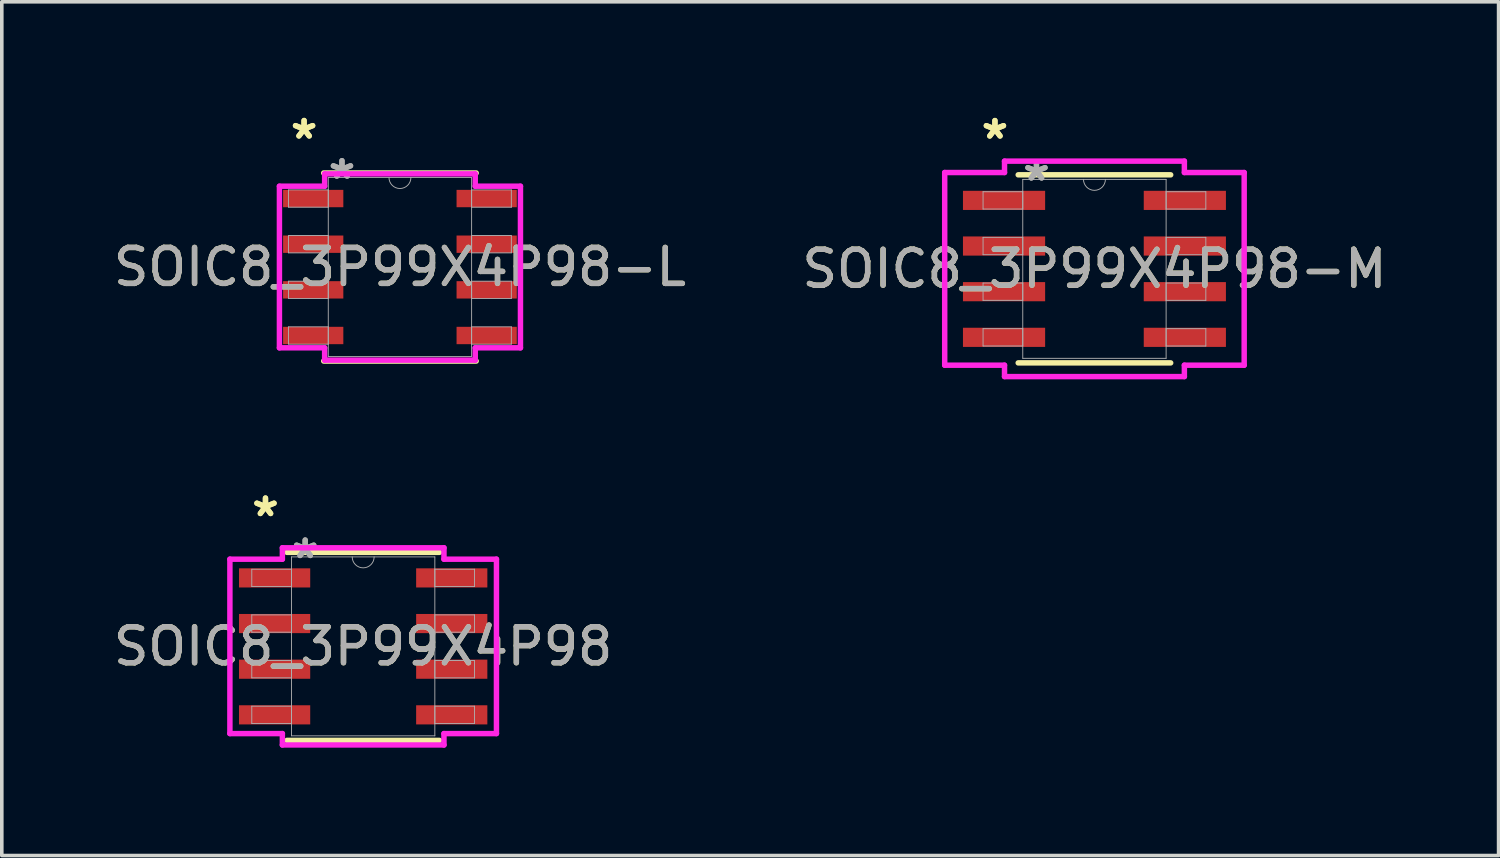
<source format=kicad_pcb>
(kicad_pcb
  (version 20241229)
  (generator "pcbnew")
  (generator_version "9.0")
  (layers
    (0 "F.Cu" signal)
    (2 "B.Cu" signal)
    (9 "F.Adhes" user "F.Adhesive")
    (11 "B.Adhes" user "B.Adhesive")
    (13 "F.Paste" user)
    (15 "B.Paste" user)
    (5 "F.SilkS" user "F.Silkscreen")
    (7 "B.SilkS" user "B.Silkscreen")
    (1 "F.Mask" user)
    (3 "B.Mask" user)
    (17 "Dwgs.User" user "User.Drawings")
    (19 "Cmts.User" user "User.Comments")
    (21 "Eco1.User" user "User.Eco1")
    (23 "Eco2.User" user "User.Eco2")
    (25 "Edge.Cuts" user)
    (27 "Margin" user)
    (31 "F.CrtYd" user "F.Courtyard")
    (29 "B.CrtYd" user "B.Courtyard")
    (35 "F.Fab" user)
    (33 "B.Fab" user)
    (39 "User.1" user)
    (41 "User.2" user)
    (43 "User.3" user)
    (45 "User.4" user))
  (footprint "SOIC8_3P99X4P98-M"
    (layer "F.Cu")
    (at 27.399 4.43)
    (property "Reference" "SOIC8_3P99X4P98-M" (at 0 0 0) (unlocked yes) (layer "F.SilkS") (effects (font (size 1 1) (thickness 0.15))))
    (attr smd)
    (fp_line (start -2.121 2.616) (end 2.121 2.616) (stroke (width 0.152) (type solid)) (layer "F.SilkS"))
    (fp_line (start 2.121 -2.616) (end -2.121 -2.616) (stroke (width 0.152) (type solid)) (layer "F.SilkS"))
    (fp_line (start -4.166 -2.68) (end -2.502 -2.68) (stroke (width 0.152) (type solid)) (layer "F.CrtYd"))
    (fp_line (start -4.166 2.68) (end -4.166 -2.68) (stroke (width 0.152) (type solid)) (layer "F.CrtYd"))
    (fp_line (start -4.166 2.68) (end -2.502 2.68) (stroke (width 0.152) (type solid)) (layer "F.CrtYd"))
    (fp_line (start -2.502 -2.997) (end 2.502 -2.997) (stroke (width 0.152) (type solid)) (layer "F.CrtYd"))
    (fp_line (start -2.502 -2.68) (end -2.502 -2.997) (stroke (width 0.152) (type solid)) (layer "F.CrtYd"))
    (fp_line (start -2.502 2.997) (end -2.502 2.68) (stroke (width 0.152) (type solid)) (layer "F.CrtYd"))
    (fp_line (start 2.502 -2.997) (end 2.502 -2.68) (stroke (width 0.152) (type solid)) (layer "F.CrtYd"))
    (fp_line (start 2.502 2.68) (end 2.502 2.997) (stroke (width 0.152) (type solid)) (layer "F.CrtYd"))
    (fp_line (start 2.502 2.997) (end -2.502 2.997) (stroke (width 0.152) (type solid)) (layer "F.CrtYd"))
    (fp_line (start 4.166 -2.68) (end 2.502 -2.68) (stroke (width 0.152) (type solid)) (layer "F.CrtYd"))
    (fp_line (start 4.166 -2.68) (end 4.166 2.68) (stroke (width 0.152) (type solid)) (layer "F.CrtYd"))
    (fp_line (start 4.166 2.68) (end 2.502 2.68) (stroke (width 0.152) (type solid)) (layer "F.CrtYd"))
    (fp_line (start -3.099 -2.146) (end -3.099 -1.664) (stroke (width 0.025) (type solid)) (layer "F.Fab"))
    (fp_line (start -3.099 -1.664) (end -1.994 -1.664) (stroke (width 0.025) (type solid)) (layer "F.Fab"))
    (fp_line (start -3.099 -0.876) (end -3.099 -0.394) (stroke (width 0.025) (type solid)) (layer "F.Fab"))
    (fp_line (start -3.099 -0.394) (end -1.994 -0.394) (stroke (width 0.025) (type solid)) (layer "F.Fab"))
    (fp_line (start -3.099 0.394) (end -3.099 0.876) (stroke (width 0.025) (type solid)) (layer "F.Fab"))
    (fp_line (start -3.099 0.876) (end -1.994 0.876) (stroke (width 0.025) (type solid)) (layer "F.Fab"))
    (fp_line (start -3.099 1.664) (end -3.099 2.146) (stroke (width 0.025) (type solid)) (layer "F.Fab"))
    (fp_line (start -3.099 2.146) (end -1.994 2.146) (stroke (width 0.025) (type solid)) (layer "F.Fab"))
    (fp_line (start -1.994 -2.489) (end -1.994 2.489) (stroke (width 0.025) (type solid)) (layer "F.Fab"))
    (fp_line (start -1.994 -2.146) (end -3.099 -2.146) (stroke (width 0.025) (type solid)) (layer "F.Fab"))
    (fp_line (start -1.994 -1.664) (end -1.994 -2.146) (stroke (width 0.025) (type solid)) (layer "F.Fab"))
    (fp_line (start -1.994 -0.876) (end -3.099 -0.876) (stroke (width 0.025) (type solid)) (layer "F.Fab"))
    (fp_line (start -1.994 -0.394) (end -1.994 -0.876) (stroke (width 0.025) (type solid)) (layer "F.Fab"))
    (fp_line (start -1.994 0.394) (end -3.099 0.394) (stroke (width 0.025) (type solid)) (layer "F.Fab"))
    (fp_line (start -1.994 0.876) (end -1.994 0.394) (stroke (width 0.025) (type solid)) (layer "F.Fab"))
    (fp_line (start -1.994 1.664) (end -3.099 1.664) (stroke (width 0.025) (type solid)) (layer "F.Fab"))
    (fp_line (start -1.994 2.146) (end -1.994 1.664) (stroke (width 0.025) (type solid)) (layer "F.Fab"))
    (fp_line (start -1.994 2.489) (end 1.994 2.489) (stroke (width 0.025) (type solid)) (layer "F.Fab"))
    (fp_line (start 1.994 -2.489) (end -1.994 -2.489) (stroke (width 0.025) (type solid)) (layer "F.Fab"))
    (fp_line (start 1.994 -2.146) (end 1.994 -1.664) (stroke (width 0.025) (type solid)) (layer "F.Fab"))
    (fp_line (start 1.994 -1.664) (end 3.099 -1.664) (stroke (width 0.025) (type solid)) (layer "F.Fab"))
    (fp_line (start 1.994 -0.876) (end 1.994 -0.394) (stroke (width 0.025) (type solid)) (layer "F.Fab"))
    (fp_line (start 1.994 -0.394) (end 3.099 -0.394) (stroke (width 0.025) (type solid)) (layer "F.Fab"))
    (fp_line (start 1.994 0.394) (end 1.994 0.876) (stroke (width 0.025) (type solid)) (layer "F.Fab"))
    (fp_line (start 1.994 0.876) (end 3.099 0.876) (stroke (width 0.025) (type solid)) (layer "F.Fab"))
    (fp_line (start 1.994 1.664) (end 1.994 2.146) (stroke (width 0.025) (type solid)) (layer "F.Fab"))
    (fp_line (start 1.994 2.146) (end 3.099 2.146) (stroke (width 0.025) (type solid)) (layer "F.Fab"))
    (fp_line (start 1.994 2.489) (end 1.994 -2.489) (stroke (width 0.025) (type solid)) (layer "F.Fab"))
    (fp_line (start 3.099 -2.146) (end 1.994 -2.146) (stroke (width 0.025) (type solid)) (layer "F.Fab"))
    (fp_line (start 3.099 -1.664) (end 3.099 -2.146) (stroke (width 0.025) (type solid)) (layer "F.Fab"))
    (fp_line (start 3.099 -0.876) (end 1.994 -0.876) (stroke (width 0.025) (type solid)) (layer "F.Fab"))
    (fp_line (start 3.099 -0.394) (end 3.099 -0.876) (stroke (width 0.025) (type solid)) (layer "F.Fab"))
    (fp_line (start 3.099 0.394) (end 1.994 0.394) (stroke (width 0.025) (type solid)) (layer "F.Fab"))
    (fp_line (start 3.099 0.876) (end 3.099 0.394) (stroke (width 0.025) (type solid)) (layer "F.Fab"))
    (fp_line (start 3.099 1.664) (end 1.994 1.664) (stroke (width 0.025) (type solid)) (layer "F.Fab"))
    (fp_line (start 3.099 2.146) (end 3.099 1.664) (stroke (width 0.025) (type solid)) (layer "F.Fab"))
    (fp_arc (start 0.3048 -2.4892) (mid 0 -2.1844) (end -0.3048 -2.4892) (stroke (width 0.0254) (type solid)) (layer "F.Fab"))
    (fp_text user "*" (at -2.769 -3.581 0) (layer "F.SilkS") (effects (font (size 1 1) (thickness 0.15))))
    (fp_text user "*" (at -2.769 -3.581 0) (unlocked yes) (layer "F.SilkS") (effects (font (size 1 1) (thickness 0.15))))
    (fp_text user "*" (at -1.613 -2.413 0) (layer "F.Fab") (effects (font (size 1 1) (thickness 0.15))))
    (fp_text user "${REFERENCE}" (at 0 0 0) (unlocked yes) (layer "F.Fab") (effects (font (size 1 1) (thickness 0.15))))
    (fp_text user "*" (at -1.613 -2.413 0) (unlocked yes) (layer "F.Fab") (effects (font (size 1 1) (thickness 0.15))))
    (pad "1" smd rect (at -2.515 -1.905) (size 2.286 0.533) (layers "F.Cu" "F.Mask" "F.Paste"))
    (pad "2" smd rect (at -2.515 -0.635) (size 2.286 0.533) (layers "F.Cu" "F.Mask" "F.Paste"))
    (pad "3" smd rect (at -2.515 0.635) (size 2.286 0.533) (layers "F.Cu" "F.Mask" "F.Paste"))
    (pad "4" smd rect (at -2.515 1.905) (size 2.286 0.533) (layers "F.Cu" "F.Mask" "F.Paste"))
    (pad "5" smd rect (at 2.515 1.905) (size 2.286 0.533) (layers "F.Cu" "F.Mask" "F.Paste"))
    (pad "6" smd rect (at 2.515 0.635) (size 2.286 0.533) (layers "F.Cu" "F.Mask" "F.Paste"))
    (pad "7" smd rect (at 2.515 -0.635) (size 2.286 0.533) (layers "F.Cu" "F.Mask" "F.Paste"))
    (pad "8" smd rect (at 2.515 -1.905) (size 2.286 0.533) (layers "F.Cu" "F.Mask" "F.Paste")))
  (footprint "SOIC8_3P99X4P98-L"
    (layer "F.Cu")
    (at 8.077 4.379)
    (property "Reference" "SOIC8_3P99X4P98-L" (at 0 0 0) (unlocked yes) (layer "F.SilkS") (effects (font (size 1 1) (thickness 0.15))))
    (attr smd)
    (fp_line (start -2.121 2.616) (end 2.121 2.616) (stroke (width 0.152) (type solid)) (layer "F.SilkS"))
    (fp_line (start 2.121 -2.616) (end -2.121 -2.616) (stroke (width 0.152) (type solid)) (layer "F.SilkS"))
    (fp_line (start -3.353 -2.248) (end -2.095 -2.248) (stroke (width 0.152) (type solid)) (layer "F.CrtYd"))
    (fp_line (start -3.353 2.248) (end -3.353 -2.248) (stroke (width 0.152) (type solid)) (layer "F.CrtYd"))
    (fp_line (start -3.353 2.248) (end -2.095 2.248) (stroke (width 0.152) (type solid)) (layer "F.CrtYd"))
    (fp_line (start -2.095 -2.591) (end 2.095 -2.591) (stroke (width 0.152) (type solid)) (layer "F.CrtYd"))
    (fp_line (start -2.095 -2.248) (end -2.095 -2.591) (stroke (width 0.152) (type solid)) (layer "F.CrtYd"))
    (fp_line (start -2.095 2.591) (end -2.095 2.248) (stroke (width 0.152) (type solid)) (layer "F.CrtYd"))
    (fp_line (start 2.095 -2.591) (end 2.095 -2.248) (stroke (width 0.152) (type solid)) (layer "F.CrtYd"))
    (fp_line (start 2.095 2.248) (end 2.095 2.591) (stroke (width 0.152) (type solid)) (layer "F.CrtYd"))
    (fp_line (start 2.095 2.591) (end -2.095 2.591) (stroke (width 0.152) (type solid)) (layer "F.CrtYd"))
    (fp_line (start 3.353 -2.248) (end 2.095 -2.248) (stroke (width 0.152) (type solid)) (layer "F.CrtYd"))
    (fp_line (start 3.353 -2.248) (end 3.353 2.248) (stroke (width 0.152) (type solid)) (layer "F.CrtYd"))
    (fp_line (start 3.353 2.248) (end 2.095 2.248) (stroke (width 0.152) (type solid)) (layer "F.CrtYd"))
    (fp_line (start -3.099 -2.146) (end -3.099 -1.664) (stroke (width 0.025) (type solid)) (layer "F.Fab"))
    (fp_line (start -3.099 -1.664) (end -1.994 -1.664) (stroke (width 0.025) (type solid)) (layer "F.Fab"))
    (fp_line (start -3.099 -0.876) (end -3.099 -0.394) (stroke (width 0.025) (type solid)) (layer "F.Fab"))
    (fp_line (start -3.099 -0.394) (end -1.994 -0.394) (stroke (width 0.025) (type solid)) (layer "F.Fab"))
    (fp_line (start -3.099 0.394) (end -3.099 0.876) (stroke (width 0.025) (type solid)) (layer "F.Fab"))
    (fp_line (start -3.099 0.876) (end -1.994 0.876) (stroke (width 0.025) (type solid)) (layer "F.Fab"))
    (fp_line (start -3.099 1.664) (end -3.099 2.146) (stroke (width 0.025) (type solid)) (layer "F.Fab"))
    (fp_line (start -3.099 2.146) (end -1.994 2.146) (stroke (width 0.025) (type solid)) (layer "F.Fab"))
    (fp_line (start -1.994 -2.489) (end -1.994 2.489) (stroke (width 0.025) (type solid)) (layer "F.Fab"))
    (fp_line (start -1.994 -2.146) (end -3.099 -2.146) (stroke (width 0.025) (type solid)) (layer "F.Fab"))
    (fp_line (start -1.994 -1.664) (end -1.994 -2.146) (stroke (width 0.025) (type solid)) (layer "F.Fab"))
    (fp_line (start -1.994 -0.876) (end -3.099 -0.876) (stroke (width 0.025) (type solid)) (layer "F.Fab"))
    (fp_line (start -1.994 -0.394) (end -1.994 -0.876) (stroke (width 0.025) (type solid)) (layer "F.Fab"))
    (fp_line (start -1.994 0.394) (end -3.099 0.394) (stroke (width 0.025) (type solid)) (layer "F.Fab"))
    (fp_line (start -1.994 0.876) (end -1.994 0.394) (stroke (width 0.025) (type solid)) (layer "F.Fab"))
    (fp_line (start -1.994 1.664) (end -3.099 1.664) (stroke (width 0.025) (type solid)) (layer "F.Fab"))
    (fp_line (start -1.994 2.146) (end -1.994 1.664) (stroke (width 0.025) (type solid)) (layer "F.Fab"))
    (fp_line (start -1.994 2.489) (end 1.994 2.489) (stroke (width 0.025) (type solid)) (layer "F.Fab"))
    (fp_line (start 1.994 -2.489) (end -1.994 -2.489) (stroke (width 0.025) (type solid)) (layer "F.Fab"))
    (fp_line (start 1.994 -2.146) (end 1.994 -1.664) (stroke (width 0.025) (type solid)) (layer "F.Fab"))
    (fp_line (start 1.994 -1.664) (end 3.099 -1.664) (stroke (width 0.025) (type solid)) (layer "F.Fab"))
    (fp_line (start 1.994 -0.876) (end 1.994 -0.394) (stroke (width 0.025) (type solid)) (layer "F.Fab"))
    (fp_line (start 1.994 -0.394) (end 3.099 -0.394) (stroke (width 0.025) (type solid)) (layer "F.Fab"))
    (fp_line (start 1.994 0.394) (end 1.994 0.876) (stroke (width 0.025) (type solid)) (layer "F.Fab"))
    (fp_line (start 1.994 0.876) (end 3.099 0.876) (stroke (width 0.025) (type solid)) (layer "F.Fab"))
    (fp_line (start 1.994 1.664) (end 1.994 2.146) (stroke (width 0.025) (type solid)) (layer "F.Fab"))
    (fp_line (start 1.994 2.146) (end 3.099 2.146) (stroke (width 0.025) (type solid)) (layer "F.Fab"))
    (fp_line (start 1.994 2.489) (end 1.994 -2.489) (stroke (width 0.025) (type solid)) (layer "F.Fab"))
    (fp_line (start 3.099 -2.146) (end 1.994 -2.146) (stroke (width 0.025) (type solid)) (layer "F.Fab"))
    (fp_line (start 3.099 -1.664) (end 3.099 -2.146) (stroke (width 0.025) (type solid)) (layer "F.Fab"))
    (fp_line (start 3.099 -0.876) (end 1.994 -0.876) (stroke (width 0.025) (type solid)) (layer "F.Fab"))
    (fp_line (start 3.099 -0.394) (end 3.099 -0.876) (stroke (width 0.025) (type solid)) (layer "F.Fab"))
    (fp_line (start 3.099 0.394) (end 1.994 0.394) (stroke (width 0.025) (type solid)) (layer "F.Fab"))
    (fp_line (start 3.099 0.876) (end 3.099 0.394) (stroke (width 0.025) (type solid)) (layer "F.Fab"))
    (fp_line (start 3.099 1.664) (end 1.994 1.664) (stroke (width 0.025) (type solid)) (layer "F.Fab"))
    (fp_line (start 3.099 2.146) (end 3.099 1.664) (stroke (width 0.025) (type solid)) (layer "F.Fab"))
    (fp_arc (start 0.3048 -2.4892) (mid 0 -2.1844) (end -0.3048 -2.4892) (stroke (width 0.0254) (type solid)) (layer "F.Fab"))
    (fp_text user "*" (at -2.667 -3.531 0) (layer "F.SilkS") (effects (font (size 1 1) (thickness 0.15))))
    (fp_text user "*" (at -2.667 -3.531 0) (unlocked yes) (layer "F.SilkS") (effects (font (size 1 1) (thickness 0.15))))
    (fp_text user "*" (at -1.613 -2.413 0) (unlocked yes) (layer "F.Fab") (effects (font (size 1 1) (thickness 0.15))))
    (fp_text user "${REFERENCE}" (at 0 0 0) (unlocked yes) (layer "F.Fab") (effects (font (size 1 1) (thickness 0.15))))
    (fp_text user "*" (at -1.613 -2.413 0) (layer "F.Fab") (effects (font (size 1 1) (thickness 0.15))))
    (pad "1" smd rect (at -2.413 -1.905) (size 1.676 0.483) (layers "F.Cu" "F.Mask" "F.Paste"))
    (pad "2" smd rect (at -2.413 -0.635) (size 1.676 0.483) (layers "F.Cu" "F.Mask" "F.Paste"))
    (pad "3" smd rect (at -2.413 0.635) (size 1.676 0.483) (layers "F.Cu" "F.Mask" "F.Paste"))
    (pad "4" smd rect (at -2.413 1.905) (size 1.676 0.483) (layers "F.Cu" "F.Mask" "F.Paste"))
    (pad "5" smd rect (at 2.413 1.905) (size 1.676 0.483) (layers "F.Cu" "F.Mask" "F.Paste"))
    (pad "6" smd rect (at 2.413 0.635) (size 1.676 0.483) (layers "F.Cu" "F.Mask" "F.Paste"))
    (pad "7" smd rect (at 2.413 -0.635) (size 1.676 0.483) (layers "F.Cu" "F.Mask" "F.Paste"))
    (pad "8" smd rect (at 2.413 -1.905) (size 1.676 0.483) (layers "F.Cu" "F.Mask" "F.Paste")))
  (footprint "SOIC8_3P99X4P98"
    (layer "F.Cu")
    (at 7.054 14.933)
    (property "Reference" "SOIC8_3P99X4P98" (at 0 0 0) (unlocked yes) (layer "F.SilkS") (effects (font (size 1 1) (thickness 0.15))))
    (attr smd)
    (fp_line (start -2.121 2.616) (end 2.121 2.616) (stroke (width 0.152) (type solid)) (layer "F.SilkS"))
    (fp_line (start 2.121 -2.616) (end -2.121 -2.616) (stroke (width 0.152) (type solid)) (layer "F.SilkS"))
    (fp_line (start -3.708 -2.426) (end -2.248 -2.426) (stroke (width 0.152) (type solid)) (layer "F.CrtYd"))
    (fp_line (start -3.708 2.426) (end -3.708 -2.426) (stroke (width 0.152) (type solid)) (layer "F.CrtYd"))
    (fp_line (start -3.708 2.426) (end -2.248 2.426) (stroke (width 0.152) (type solid)) (layer "F.CrtYd"))
    (fp_line (start -2.248 -2.743) (end 2.248 -2.743) (stroke (width 0.152) (type solid)) (layer "F.CrtYd"))
    (fp_line (start -2.248 -2.426) (end -2.248 -2.743) (stroke (width 0.152) (type solid)) (layer "F.CrtYd"))
    (fp_line (start -2.248 2.743) (end -2.248 2.426) (stroke (width 0.152) (type solid)) (layer "F.CrtYd"))
    (fp_line (start 2.248 -2.743) (end 2.248 -2.426) (stroke (width 0.152) (type solid)) (layer "F.CrtYd"))
    (fp_line (start 2.248 2.426) (end 2.248 2.743) (stroke (width 0.152) (type solid)) (layer "F.CrtYd"))
    (fp_line (start 2.248 2.743) (end -2.248 2.743) (stroke (width 0.152) (type solid)) (layer "F.CrtYd"))
    (fp_line (start 3.708 -2.426) (end 2.248 -2.426) (stroke (width 0.152) (type solid)) (layer "F.CrtYd"))
    (fp_line (start 3.708 -2.426) (end 3.708 2.426) (stroke (width 0.152) (type solid)) (layer "F.CrtYd"))
    (fp_line (start 3.708 2.426) (end 2.248 2.426) (stroke (width 0.152) (type solid)) (layer "F.CrtYd"))
    (fp_line (start -3.099 -2.146) (end -3.099 -1.664) (stroke (width 0.025) (type solid)) (layer "F.Fab"))
    (fp_line (start -3.099 -1.664) (end -1.994 -1.664) (stroke (width 0.025) (type solid)) (layer "F.Fab"))
    (fp_line (start -3.099 -0.876) (end -3.099 -0.394) (stroke (width 0.025) (type solid)) (layer "F.Fab"))
    (fp_line (start -3.099 -0.394) (end -1.994 -0.394) (stroke (width 0.025) (type solid)) (layer "F.Fab"))
    (fp_line (start -3.099 0.394) (end -3.099 0.876) (stroke (width 0.025) (type solid)) (layer "F.Fab"))
    (fp_line (start -3.099 0.876) (end -1.994 0.876) (stroke (width 0.025) (type solid)) (layer "F.Fab"))
    (fp_line (start -3.099 1.664) (end -3.099 2.146) (stroke (width 0.025) (type solid)) (layer "F.Fab"))
    (fp_line (start -3.099 2.146) (end -1.994 2.146) (stroke (width 0.025) (type solid)) (layer "F.Fab"))
    (fp_line (start -1.994 -2.489) (end -1.994 2.489) (stroke (width 0.025) (type solid)) (layer "F.Fab"))
    (fp_line (start -1.994 -2.146) (end -3.099 -2.146) (stroke (width 0.025) (type solid)) (layer "F.Fab"))
    (fp_line (start -1.994 -1.664) (end -1.994 -2.146) (stroke (width 0.025) (type solid)) (layer "F.Fab"))
    (fp_line (start -1.994 -0.876) (end -3.099 -0.876) (stroke (width 0.025) (type solid)) (layer "F.Fab"))
    (fp_line (start -1.994 -0.394) (end -1.994 -0.876) (stroke (width 0.025) (type solid)) (layer "F.Fab"))
    (fp_line (start -1.994 0.394) (end -3.099 0.394) (stroke (width 0.025) (type solid)) (layer "F.Fab"))
    (fp_line (start -1.994 0.876) (end -1.994 0.394) (stroke (width 0.025) (type solid)) (layer "F.Fab"))
    (fp_line (start -1.994 1.664) (end -3.099 1.664) (stroke (width 0.025) (type solid)) (layer "F.Fab"))
    (fp_line (start -1.994 2.146) (end -1.994 1.664) (stroke (width 0.025) (type solid)) (layer "F.Fab"))
    (fp_line (start -1.994 2.489) (end 1.994 2.489) (stroke (width 0.025) (type solid)) (layer "F.Fab"))
    (fp_line (start 1.994 -2.489) (end -1.994 -2.489) (stroke (width 0.025) (type solid)) (layer "F.Fab"))
    (fp_line (start 1.994 -2.146) (end 1.994 -1.664) (stroke (width 0.025) (type solid)) (layer "F.Fab"))
    (fp_line (start 1.994 -1.664) (end 3.099 -1.664) (stroke (width 0.025) (type solid)) (layer "F.Fab"))
    (fp_line (start 1.994 -0.876) (end 1.994 -0.394) (stroke (width 0.025) (type solid)) (layer "F.Fab"))
    (fp_line (start 1.994 -0.394) (end 3.099 -0.394) (stroke (width 0.025) (type solid)) (layer "F.Fab"))
    (fp_line (start 1.994 0.394) (end 1.994 0.876) (stroke (width 0.025) (type solid)) (layer "F.Fab"))
    (fp_line (start 1.994 0.876) (end 3.099 0.876) (stroke (width 0.025) (type solid)) (layer "F.Fab"))
    (fp_line (start 1.994 1.664) (end 1.994 2.146) (stroke (width 0.025) (type solid)) (layer "F.Fab"))
    (fp_line (start 1.994 2.146) (end 3.099 2.146) (stroke (width 0.025) (type solid)) (layer "F.Fab"))
    (fp_line (start 1.994 2.489) (end 1.994 -2.489) (stroke (width 0.025) (type solid)) (layer "F.Fab"))
    (fp_line (start 3.099 -2.146) (end 1.994 -2.146) (stroke (width 0.025) (type solid)) (layer "F.Fab"))
    (fp_line (start 3.099 -1.664) (end 3.099 -2.146) (stroke (width 0.025) (type solid)) (layer "F.Fab"))
    (fp_line (start 3.099 -0.876) (end 1.994 -0.876) (stroke (width 0.025) (type solid)) (layer "F.Fab"))
    (fp_line (start 3.099 -0.394) (end 3.099 -0.876) (stroke (width 0.025) (type solid)) (layer "F.Fab"))
    (fp_line (start 3.099 0.394) (end 1.994 0.394) (stroke (width 0.025) (type solid)) (layer "F.Fab"))
    (fp_line (start 3.099 0.876) (end 3.099 0.394) (stroke (width 0.025) (type solid)) (layer "F.Fab"))
    (fp_line (start 3.099 1.664) (end 1.994 1.664) (stroke (width 0.025) (type solid)) (layer "F.Fab"))
    (fp_line (start 3.099 2.146) (end 3.099 1.664) (stroke (width 0.025) (type solid)) (layer "F.Fab"))
    (fp_arc (start 0.3048 -2.4892) (mid 0 -2.1844) (end -0.3048 -2.4892) (stroke (width 0.0254) (type solid)) (layer "F.Fab"))
    (fp_text user "*" (at -2.718 -3.581 0) (unlocked yes) (layer "F.SilkS") (effects (font (size 1 1) (thickness 0.15))))
    (fp_text user "*" (at -2.718 -3.581 0) (layer "F.SilkS") (effects (font (size 1 1) (thickness 0.15))))
    (fp_text user "*" (at -1.613 -2.413 0) (layer "F.Fab") (effects (font (size 1 1) (thickness 0.15))))
    (fp_text user "${REFERENCE}" (at 0 0 0) (unlocked yes) (layer "F.Fab") (effects (font (size 1 1) (thickness 0.15))))
    (fp_text user "*" (at -1.613 -2.413 0) (unlocked yes) (layer "F.Fab") (effects (font (size 1 1) (thickness 0.15))))
    (pad "1" smd rect (at -2.464 -1.905) (size 1.981 0.533) (layers "F.Cu" "F.Mask" "F.Paste"))
    (pad "2" smd rect (at -2.464 -0.635) (size 1.981 0.533) (layers "F.Cu" "F.Mask" "F.Paste"))
    (pad "3" smd rect (at -2.464 0.635) (size 1.981 0.533) (layers "F.Cu" "F.Mask" "F.Paste"))
    (pad "4" smd rect (at -2.464 1.905) (size 1.981 0.533) (layers "F.Cu" "F.Mask" "F.Paste"))
    (pad "5" smd rect (at 2.464 1.905) (size 1.981 0.533) (layers "F.Cu" "F.Mask" "F.Paste"))
    (pad "6" smd rect (at 2.464 0.635) (size 1.981 0.533) (layers "F.Cu" "F.Mask" "F.Paste"))
    (pad "7" smd rect (at 2.464 -0.635) (size 1.981 0.533) (layers "F.Cu" "F.Mask" "F.Paste"))
    (pad "8" smd rect (at 2.464 -1.905) (size 1.981 0.533) (layers "F.Cu" "F.Mask" "F.Paste")))
  (gr_rect
    (start -3 -3)
    (end 38.643 20.752)
    (stroke (width 0.1) (type default))
    (fill no)
    (layer "Edge.Cuts")))
</source>
